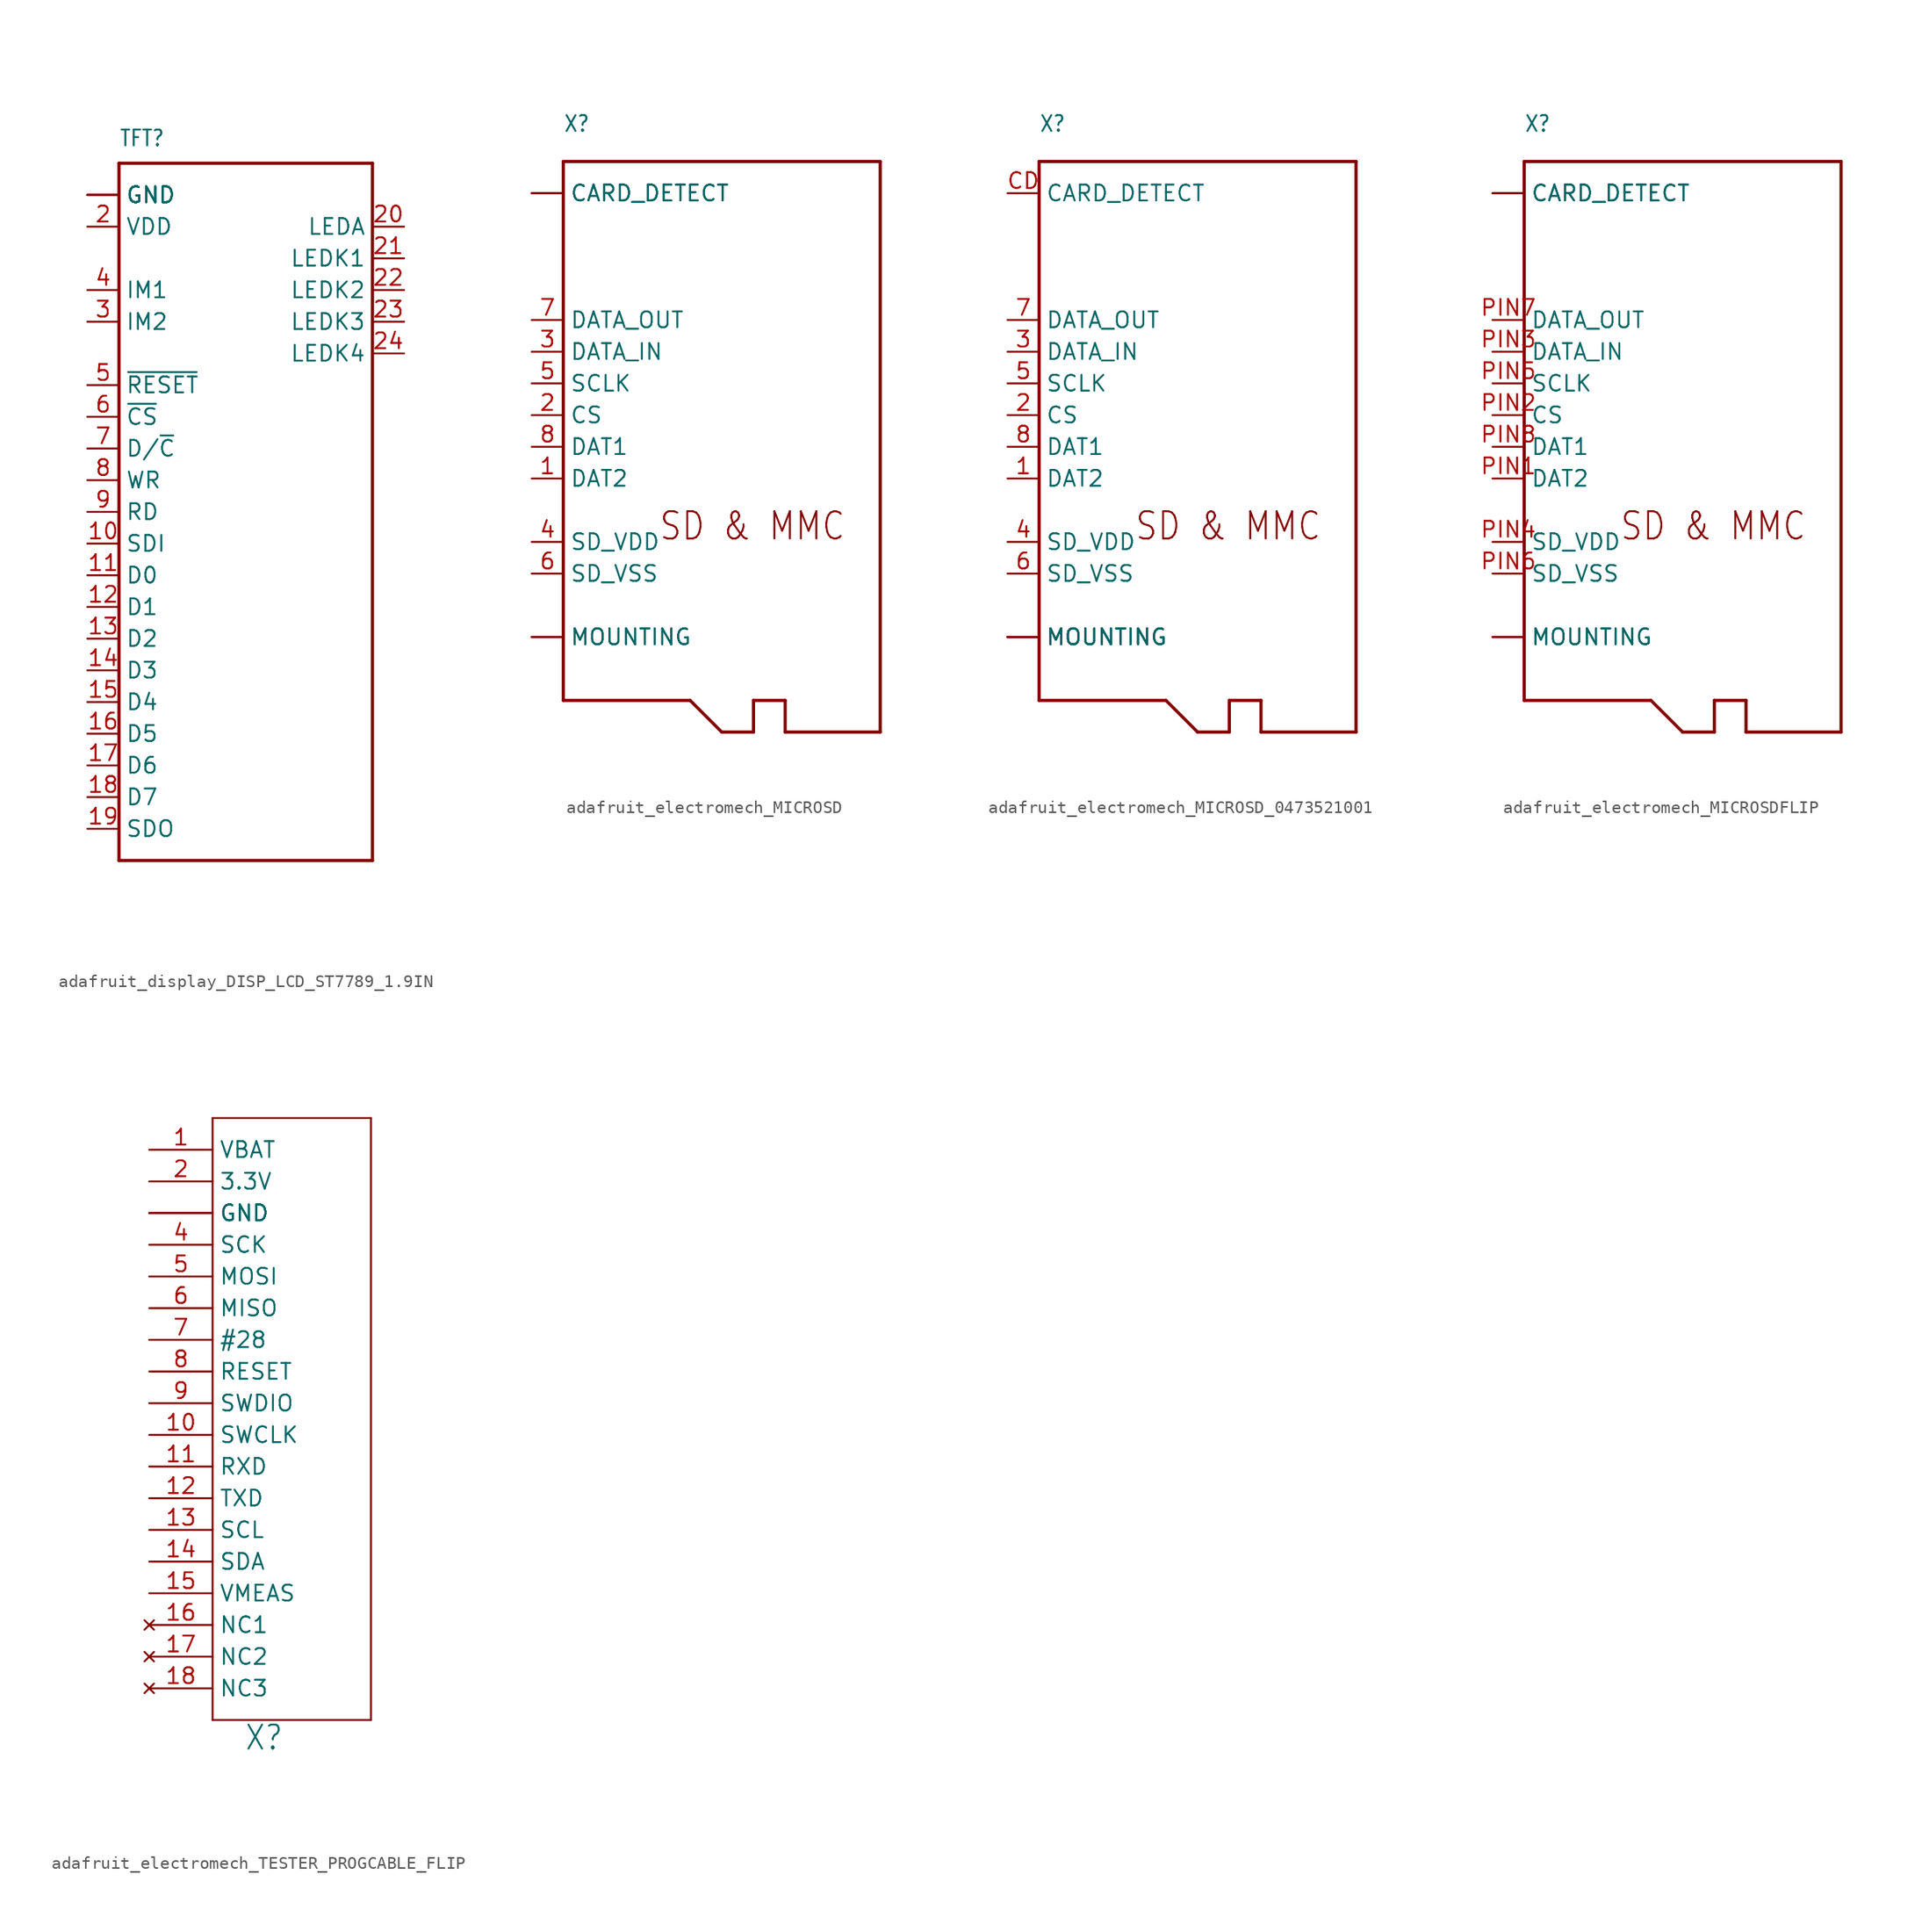
<source format=kicad_sym>
(kicad_symbol_lib
  (version 20231120)
  (generator "kicad_symbol_editor")
  (generator_version "8.0")
  (symbol "adafruit_display_DISP_LCD_ST7789_1.9IN"
    (property "Reference" "TFT"
      (at -7.62 31.75 0)
      (effects (font (size 1.27 1.079)) (justify left bottom)))
    (property "Value" ""
      (at -7.62 -27.94 0)
      (effects (font (size 1.27 1.079)) (justify left bottom)))
    (property "ki_locked" ""
      (at 0 0 0)
      (effects (font (size 1.27 1.27))))
    (symbol "adafruit_display_DISP_LCD_ST7789_1.9IN_1_0"
      (polyline (pts (xy -7.62 -25.4) (xy -7.62 30.48)) (stroke (width 0.254) (type solid)) (fill (type none)))
      (polyline (pts (xy -7.62 30.48) (xy 12.7 30.48)) (stroke (width 0.254) (type solid)) (fill (type none)))
      (polyline (pts (xy 12.7 -25.4) (xy -7.62 -25.4)) (stroke (width 0.254) (type solid)) (fill (type none)))
      (polyline (pts (xy 12.7 30.48) (xy 12.7 -25.4)) (stroke (width 0.254) (type solid)) (fill (type none)))
      (pin power_in line (at -10.16 27.94 0) (length 2.54) (name "GND" (effects (font (size 1.27 1.27)))) (number "1" (effects (font (size 0 0)))))
      (pin input line (at -10.16 0 0) (length 2.54) (name "SDI" (effects (font (size 1.27 1.27)))) (number "10" (effects (font (size 1.27 1.27)))))
      (pin bidirectional line (at -10.16 -2.54 0) (length 2.54) (name "D0" (effects (font (size 1.27 1.27)))) (number "11" (effects (font (size 1.27 1.27)))))
      (pin bidirectional line (at -10.16 -5.08 0) (length 2.54) (name "D1" (effects (font (size 1.27 1.27)))) (number "12" (effects (font (size 1.27 1.27)))))
      (pin bidirectional line (at -10.16 -7.62 0) (length 2.54) (name "D2" (effects (font (size 1.27 1.27)))) (number "13" (effects (font (size 1.27 1.27)))))
      (pin bidirectional line (at -10.16 -10.16 0) (length 2.54) (name "D3" (effects (font (size 1.27 1.27)))) (number "14" (effects (font (size 1.27 1.27)))))
      (pin bidirectional line (at -10.16 -12.7 0) (length 2.54) (name "D4" (effects (font (size 1.27 1.27)))) (number "15" (effects (font (size 1.27 1.27)))))
      (pin bidirectional line (at -10.16 -15.24 0) (length 2.54) (name "D5" (effects (font (size 1.27 1.27)))) (number "16" (effects (font (size 1.27 1.27)))))
      (pin bidirectional line (at -10.16 -17.78 0) (length 2.54) (name "D6" (effects (font (size 1.27 1.27)))) (number "17" (effects (font (size 1.27 1.27)))))
      (pin bidirectional line (at -10.16 -20.32 0) (length 2.54) (name "D7" (effects (font (size 1.27 1.27)))) (number "18" (effects (font (size 1.27 1.27)))))
      (pin output line (at -10.16 -22.86 0) (length 2.54) (name "SDO" (effects (font (size 1.27 1.27)))) (number "19" (effects (font (size 1.27 1.27)))))
      (pin power_in line (at -10.16 25.4 0) (length 2.54) (name "VDD" (effects (font (size 1.27 1.27)))) (number "2" (effects (font (size 1.27 1.27)))))
      (pin input line (at 15.24 25.4 180) (length 2.54) (name "LEDA" (effects (font (size 1.27 1.27)))) (number "20" (effects (font (size 1.27 1.27)))))
      (pin input line (at 15.24 22.86 180) (length 2.54) (name "LEDK1" (effects (font (size 1.27 1.27)))) (number "21" (effects (font (size 1.27 1.27)))))
      (pin input line (at 15.24 20.32 180) (length 2.54) (name "LEDK2" (effects (font (size 1.27 1.27)))) (number "22" (effects (font (size 1.27 1.27)))))
      (pin input line (at 15.24 17.78 180) (length 2.54) (name "LEDK3" (effects (font (size 1.27 1.27)))) (number "23" (effects (font (size 1.27 1.27)))))
      (pin input line (at 15.24 15.24 180) (length 2.54) (name "LEDK4" (effects (font (size 1.27 1.27)))) (number "24" (effects (font (size 1.27 1.27)))))
      (pin power_in line (at -10.16 27.94 0) (length 2.54) (name "GND" (effects (font (size 1.27 1.27)))) (number "25" (effects (font (size 0 0)))))
      (pin input line (at -10.16 17.78 0) (length 2.54) (name "IM2" (effects (font (size 1.27 1.27)))) (number "3" (effects (font (size 1.27 1.27)))))
      (pin power_in line (at -10.16 27.94 0) (length 2.54) (name "GND" (effects (font (size 1.27 1.27)))) (number "30" (effects (font (size 0 0)))))
      (pin input line (at -10.16 20.32 0) (length 2.54) (name "IM1" (effects (font (size 1.27 1.27)))) (number "4" (effects (font (size 1.27 1.27)))))
      (pin input line (at -10.16 12.7 0) (length 2.54) (name "~{RESET}" (effects (font (size 1.27 1.27)))) (number "5" (effects (font (size 1.27 1.27)))))
      (pin input line (at -10.16 10.16 0) (length 2.54) (name "~{CS}" (effects (font (size 1.27 1.27)))) (number "6" (effects (font (size 1.27 1.27)))))
      (pin input line (at -10.16 7.62 0) (length 2.54) (name "D/~{C}" (effects (font (size 1.27 1.27)))) (number "7" (effects (font (size 1.27 1.27)))))
      (pin input line (at -10.16 5.08 0) (length 2.54) (name "WR" (effects (font (size 1.27 1.27)))) (number "8" (effects (font (size 1.27 1.27)))))
      (pin input line (at -10.16 2.54 0) (length 2.54) (name "RD" (effects (font (size 1.27 1.27)))) (number "9" (effects (font (size 1.27 1.27)))))
      (pin power_in line (at -10.16 27.94 0) (length 2.54) (name "GND" (effects (font (size 1.27 1.27)))) (number "MNT1" (effects (font (size 0 0)))))
      (pin power_in line (at -10.16 27.94 0) (length 2.54) (name "GND" (effects (font (size 1.27 1.27)))) (number "MNT2" (effects (font (size 0 0)))))))
  (symbol "adafruit_electromech_MICROSD"
    (property "Reference" "X"
      (at -12.7 22.606 0)
      (effects (font (size 1.27 1.079)) (justify left bottom)))
    (property "Value" ""
      (at -12.7 20.828 0)
      (effects (font (size 1.27 1.079)) (justify left bottom)))
    (property "ki_locked" ""
      (at 0 0 0)
      (effects (font (size 1.27 1.27))))
    (symbol "adafruit_electromech_MICROSD_1_0"
      (polyline (pts (xy -12.7 -22.86) (xy -2.54 -22.86)) (stroke (width 0.254) (type solid)) (fill (type none)))
      (polyline (pts (xy -12.7 20.32) (xy -12.7 -22.86)) (stroke (width 0.254) (type solid)) (fill (type none)))
      (polyline (pts (xy -2.54 -22.86) (xy 0 -25.4)) (stroke (width 0.254) (type solid)) (fill (type none)))
      (polyline (pts (xy 0 -25.4) (xy 2.54 -25.4)) (stroke (width 0.254) (type solid)) (fill (type none)))
      (polyline (pts (xy 2.54 -25.4) (xy 2.54 -22.86)) (stroke (width 0.254) (type solid)) (fill (type none)))
      (polyline (pts (xy 2.54 -22.86) (xy 5.08 -22.86)) (stroke (width 0.254) (type solid)) (fill (type none)))
      (polyline (pts (xy 5.08 -25.4) (xy 12.7 -25.4)) (stroke (width 0.254) (type solid)) (fill (type none)))
      (polyline (pts (xy 5.08 -22.86) (xy 5.08 -25.4)) (stroke (width 0.254) (type solid)) (fill (type none)))
      (polyline (pts (xy 12.7 -25.4) (xy 12.7 20.32)) (stroke (width 0.254) (type solid)) (fill (type none)))
      (polyline (pts (xy 12.7 20.32) (xy -12.7 20.32)) (stroke (width 0.254) (type solid)) (fill (type none)))
      (text "SD & MMC" (at -5.08 -10.16 0) (effects (font (size 2.184 1.857)) (justify left bottom)))
      (pin bidirectional line (at -15.24 -5.08 0) (length 2.54) (name "DAT2" (effects (font (size 1.27 1.27)))) (number "1" (effects (font (size 1.27 1.27)))))
      (pin input line (at -15.24 0 0) (length 2.54) (name "CS" (effects (font (size 1.27 1.27)))) (number "2" (effects (font (size 1.27 1.27)))))
      (pin input line (at -15.24 5.08 0) (length 2.54) (name "DATA_IN" (effects (font (size 1.27 1.27)))) (number "3" (effects (font (size 1.27 1.27)))))
      (pin power_in line (at -15.24 -10.16 0) (length 2.54) (name "SD_VDD" (effects (font (size 1.27 1.27)))) (number "4" (effects (font (size 1.27 1.27)))))
      (pin input line (at -15.24 2.54 0) (length 2.54) (name "SCLK" (effects (font (size 1.27 1.27)))) (number "5" (effects (font (size 1.27 1.27)))))
      (pin power_in line (at -15.24 -12.7 0) (length 2.54) (name "SD_VSS" (effects (font (size 1.27 1.27)))) (number "6" (effects (font (size 1.27 1.27)))))
      (pin output line (at -15.24 7.62 0) (length 2.54) (name "DATA_OUT" (effects (font (size 1.27 1.27)))) (number "7" (effects (font (size 1.27 1.27)))))
      (pin bidirectional line (at -15.24 -2.54 0) (length 2.54) (name "DAT1" (effects (font (size 1.27 1.27)))) (number "8" (effects (font (size 1.27 1.27)))))
      (pin passive line (at -15.24 17.78 0) (length 2.54) (name "CARD_DETECT" (effects (font (size 1.27 1.27)))) (number "CD1" (effects (font (size 0 0)))))
      (pin passive line (at -15.24 17.78 0) (length 2.54) (name "CARD_DETECT" (effects (font (size 1.27 1.27)))) (number "CD2" (effects (font (size 0 0)))))
      (pin passive line (at -15.24 -17.78 0) (length 2.54) (name "MOUNTING" (effects (font (size 1.27 1.27)))) (number "MT1" (effects (font (size 0 0)))))
      (pin passive line (at -15.24 -17.78 0) (length 2.54) (name "MOUNTING" (effects (font (size 1.27 1.27)))) (number "MT2" (effects (font (size 0 0)))))))
  (symbol "adafruit_electromech_MICROSD_0473521001"
    (property "Reference" "X"
      (at -12.7 22.606 0)
      (effects (font (size 1.27 1.079)) (justify left bottom)))
    (property "Value" ""
      (at -12.7 20.828 0)
      (effects (font (size 1.27 1.079)) (justify left bottom)))
    (property "ki_locked" ""
      (at 0 0 0)
      (effects (font (size 1.27 1.27))))
    (symbol "adafruit_electromech_MICROSD_0473521001_1_0"
      (polyline (pts (xy -12.7 -22.86) (xy -2.54 -22.86)) (stroke (width 0.254) (type solid)) (fill (type none)))
      (polyline (pts (xy -12.7 20.32) (xy -12.7 -22.86)) (stroke (width 0.254) (type solid)) (fill (type none)))
      (polyline (pts (xy -2.54 -22.86) (xy 0 -25.4)) (stroke (width 0.254) (type solid)) (fill (type none)))
      (polyline (pts (xy 0 -25.4) (xy 2.54 -25.4)) (stroke (width 0.254) (type solid)) (fill (type none)))
      (polyline (pts (xy 2.54 -25.4) (xy 2.54 -22.86)) (stroke (width 0.254) (type solid)) (fill (type none)))
      (polyline (pts (xy 2.54 -22.86) (xy 5.08 -22.86)) (stroke (width 0.254) (type solid)) (fill (type none)))
      (polyline (pts (xy 5.08 -25.4) (xy 12.7 -25.4)) (stroke (width 0.254) (type solid)) (fill (type none)))
      (polyline (pts (xy 5.08 -22.86) (xy 5.08 -25.4)) (stroke (width 0.254) (type solid)) (fill (type none)))
      (polyline (pts (xy 12.7 -25.4) (xy 12.7 20.32)) (stroke (width 0.254) (type solid)) (fill (type none)))
      (polyline (pts (xy 12.7 20.32) (xy -12.7 20.32)) (stroke (width 0.254) (type solid)) (fill (type none)))
      (text "SD & MMC" (at -5.08 -10.16 0) (effects (font (size 2.184 1.857)) (justify left bottom)))
      (pin bidirectional line (at -15.24 -5.08 0) (length 2.54) (name "DAT2" (effects (font (size 1.27 1.27)))) (number "1" (effects (font (size 1.27 1.27)))))
      (pin input line (at -15.24 0 0) (length 2.54) (name "CS" (effects (font (size 1.27 1.27)))) (number "2" (effects (font (size 1.27 1.27)))))
      (pin input line (at -15.24 5.08 0) (length 2.54) (name "DATA_IN" (effects (font (size 1.27 1.27)))) (number "3" (effects (font (size 1.27 1.27)))))
      (pin power_in line (at -15.24 -10.16 0) (length 2.54) (name "SD_VDD" (effects (font (size 1.27 1.27)))) (number "4" (effects (font (size 1.27 1.27)))))
      (pin input line (at -15.24 2.54 0) (length 2.54) (name "SCLK" (effects (font (size 1.27 1.27)))) (number "5" (effects (font (size 1.27 1.27)))))
      (pin power_in line (at -15.24 -12.7 0) (length 2.54) (name "SD_VSS" (effects (font (size 1.27 1.27)))) (number "6" (effects (font (size 1.27 1.27)))))
      (pin output line (at -15.24 7.62 0) (length 2.54) (name "DATA_OUT" (effects (font (size 1.27 1.27)))) (number "7" (effects (font (size 1.27 1.27)))))
      (pin bidirectional line (at -15.24 -2.54 0) (length 2.54) (name "DAT1" (effects (font (size 1.27 1.27)))) (number "8" (effects (font (size 1.27 1.27)))))
      (pin passive line (at -15.24 17.78 0) (length 2.54) (name "CARD_DETECT" (effects (font (size 1.27 1.27)))) (number "CD" (effects (font (size 1.27 1.27)))))
      (pin passive line (at -15.24 -17.78 0) (length 2.54) (name "MOUNTING" (effects (font (size 1.27 1.27)))) (number "MT1" (effects (font (size 0 0)))))
      (pin passive line (at -15.24 -17.78 0) (length 2.54) (name "MOUNTING" (effects (font (size 1.27 1.27)))) (number "MT2" (effects (font (size 0 0)))))
      (pin passive line (at -15.24 -17.78 0) (length 2.54) (name "MOUNTING" (effects (font (size 1.27 1.27)))) (number "MT3" (effects (font (size 0 0)))))
      (pin passive line (at -15.24 -17.78 0) (length 2.54) (name "MOUNTING" (effects (font (size 1.27 1.27)))) (number "MT4" (effects (font (size 0 0)))))))
  (symbol "adafruit_electromech_MICROSDFLIP"
    (property "Reference" "X"
      (at -12.7 22.606 0)
      (effects (font (size 1.27 1.079)) (justify left bottom)))
    (property "Value" ""
      (at -12.7 20.828 0)
      (effects (font (size 1.27 1.079)) (justify left bottom)))
    (property "ki_locked" ""
      (at 0 0 0)
      (effects (font (size 1.27 1.27))))
    (symbol "adafruit_electromech_MICROSDFLIP_1_0"
      (polyline (pts (xy -12.7 -22.86) (xy -2.54 -22.86)) (stroke (width 0.254) (type solid)) (fill (type none)))
      (polyline (pts (xy -12.7 20.32) (xy -12.7 -22.86)) (stroke (width 0.254) (type solid)) (fill (type none)))
      (polyline (pts (xy -2.54 -22.86) (xy 0 -25.4)) (stroke (width 0.254) (type solid)) (fill (type none)))
      (polyline (pts (xy 0 -25.4) (xy 2.54 -25.4)) (stroke (width 0.254) (type solid)) (fill (type none)))
      (polyline (pts (xy 2.54 -25.4) (xy 2.54 -22.86)) (stroke (width 0.254) (type solid)) (fill (type none)))
      (polyline (pts (xy 2.54 -22.86) (xy 5.08 -22.86)) (stroke (width 0.254) (type solid)) (fill (type none)))
      (polyline (pts (xy 5.08 -25.4) (xy 12.7 -25.4)) (stroke (width 0.254) (type solid)) (fill (type none)))
      (polyline (pts (xy 5.08 -22.86) (xy 5.08 -25.4)) (stroke (width 0.254) (type solid)) (fill (type none)))
      (polyline (pts (xy 12.7 -25.4) (xy 12.7 20.32)) (stroke (width 0.254) (type solid)) (fill (type none)))
      (polyline (pts (xy 12.7 20.32) (xy -12.7 20.32)) (stroke (width 0.254) (type solid)) (fill (type none)))
      (text "SD & MMC" (at -5.08 -10.16 0) (effects (font (size 2.184 1.857)) (justify left bottom)))
      (pin passive line (at -15.24 17.78 0) (length 2.54) (name "CARD_DETECT" (effects (font (size 1.27 1.27)))) (number "P$10" (effects (font (size 0 0)))))
      (pin passive line (at -15.24 -17.78 0) (length 2.54) (name "MOUNTING" (effects (font (size 1.27 1.27)))) (number "P$11" (effects (font (size 0 0)))))
      (pin passive line (at -15.24 -17.78 0) (length 2.54) (name "MOUNTING" (effects (font (size 1.27 1.27)))) (number "P$12" (effects (font (size 0 0)))))
      (pin passive line (at -15.24 17.78 0) (length 2.54) (name "CARD_DETECT" (effects (font (size 1.27 1.27)))) (number "P$9" (effects (font (size 0 0)))))
      (pin bidirectional line (at -15.24 -5.08 0) (length 2.54) (name "DAT2" (effects (font (size 1.27 1.27)))) (number "PIN1" (effects (font (size 1.27 1.27)))))
      (pin input line (at -15.24 0 0) (length 2.54) (name "CS" (effects (font (size 1.27 1.27)))) (number "PIN2" (effects (font (size 1.27 1.27)))))
      (pin input line (at -15.24 5.08 0) (length 2.54) (name "DATA_IN" (effects (font (size 1.27 1.27)))) (number "PIN3" (effects (font (size 1.27 1.27)))))
      (pin power_in line (at -15.24 -10.16 0) (length 2.54) (name "SD_VDD" (effects (font (size 1.27 1.27)))) (number "PIN4" (effects (font (size 1.27 1.27)))))
      (pin input line (at -15.24 2.54 0) (length 2.54) (name "SCLK" (effects (font (size 1.27 1.27)))) (number "PIN5" (effects (font (size 1.27 1.27)))))
      (pin power_in line (at -15.24 -12.7 0) (length 2.54) (name "SD_VSS" (effects (font (size 1.27 1.27)))) (number "PIN6" (effects (font (size 1.27 1.27)))))
      (pin output line (at -15.24 7.62 0) (length 2.54) (name "DATA_OUT" (effects (font (size 1.27 1.27)))) (number "PIN7" (effects (font (size 1.27 1.27)))))
      (pin bidirectional line (at -15.24 -2.54 0) (length 2.54) (name "DAT1" (effects (font (size 1.27 1.27)))) (number "PIN8" (effects (font (size 1.27 1.27)))))))
  (symbol "adafruit_electromech_TESTER_PROGCABLE_FLIP"
    (property "Reference" "X"
      (at 2.54 -27.94 0)
      (effects (font (size 1.93 1.641)) (justify left bottom)))
    (property "Value" ""
      (at 2.54 -30.48 0)
      (effects (font (size 1.93 1.641)) (justify left bottom)))
    (property "ki_locked" ""
      (at 0 0 0)
      (effects (font (size 1.27 1.27))))
    (symbol "adafruit_electromech_TESTER_PROGCABLE_FLIP_1_0"
      (polyline (pts (xy 0 -25.4) (xy 0 22.86)) (stroke (width 0.152) (type solid)) (fill (type none)))
      (polyline (pts (xy 0 22.86) (xy 12.7 22.86)) (stroke (width 0.152) (type solid)) (fill (type none)))
      (polyline (pts (xy 12.7 -25.4) (xy 0 -25.4)) (stroke (width 0.152) (type solid)) (fill (type none)))
      (polyline (pts (xy 12.7 22.86) (xy 12.7 -25.4)) (stroke (width 0.152) (type solid)) (fill (type none)))
      (pin power_in line (at -5.08 20.32 0) (length 5.08) (name "VBAT" (effects (font (size 1.27 1.27)))) (number "1" (effects (font (size 1.27 1.27)))))
      (pin input line (at -5.08 -2.54 0) (length 5.08) (name "SWCLK" (effects (font (size 1.27 1.27)))) (number "10" (effects (font (size 1.27 1.27)))))
      (pin input line (at -5.08 -5.08 0) (length 5.08) (name "RXD" (effects (font (size 1.27 1.27)))) (number "11" (effects (font (size 1.27 1.27)))))
      (pin input line (at -5.08 -7.62 0) (length 5.08) (name "TXD" (effects (font (size 1.27 1.27)))) (number "12" (effects (font (size 1.27 1.27)))))
      (pin input line (at -5.08 -10.16 0) (length 5.08) (name "SCL" (effects (font (size 1.27 1.27)))) (number "13" (effects (font (size 1.27 1.27)))))
      (pin bidirectional line (at -5.08 -12.7 0) (length 5.08) (name "SDA" (effects (font (size 1.27 1.27)))) (number "14" (effects (font (size 1.27 1.27)))))
      (pin output line (at -5.08 -15.24 0) (length 5.08) (name "VMEAS" (effects (font (size 1.27 1.27)))) (number "15" (effects (font (size 1.27 1.27)))))
      (pin no_connect line (at -5.08 -17.78 0) (length 5.08) (name "NC1" (effects (font (size 1.27 1.27)))) (number "16" (effects (font (size 1.27 1.27)))))
      (pin no_connect line (at -5.08 -20.32 0) (length 5.08) (name "NC2" (effects (font (size 1.27 1.27)))) (number "17" (effects (font (size 1.27 1.27)))))
      (pin no_connect line (at -5.08 -22.86 0) (length 5.08) (name "NC3" (effects (font (size 1.27 1.27)))) (number "18" (effects (font (size 1.27 1.27)))))
      (pin power_in line (at -5.08 17.78 0) (length 5.08) (name "3.3V" (effects (font (size 1.27 1.27)))) (number "2" (effects (font (size 1.27 1.27)))))
      (pin power_in line (at -5.08 15.24 0) (length 5.08) (name "GND" (effects (font (size 1.27 1.27)))) (number "3" (effects (font (size 0 0)))))
      (pin input line (at -5.08 12.7 0) (length 5.08) (name "SCK" (effects (font (size 1.27 1.27)))) (number "4" (effects (font (size 1.27 1.27)))))
      (pin input line (at -5.08 10.16 0) (length 5.08) (name "MOSI" (effects (font (size 1.27 1.27)))) (number "5" (effects (font (size 1.27 1.27)))))
      (pin output line (at -5.08 7.62 0) (length 5.08) (name "MISO" (effects (font (size 1.27 1.27)))) (number "6" (effects (font (size 1.27 1.27)))))
      (pin input line (at -5.08 5.08 0) (length 5.08) (name "#28" (effects (font (size 1.27 1.27)))) (number "7" (effects (font (size 1.27 1.27)))))
      (pin input line (at -5.08 2.54 0) (length 5.08) (name "RESET" (effects (font (size 1.27 1.27)))) (number "8" (effects (font (size 1.27 1.27)))))
      (pin input line (at -5.08 0 0) (length 5.08) (name "SWDIO" (effects (font (size 1.27 1.27)))) (number "9" (effects (font (size 1.27 1.27)))))
      (pin power_in line (at -5.08 15.24 0) (length 5.08) (name "GND" (effects (font (size 1.27 1.27)))) (number "SUPPORT1" (effects (font (size 0 0)))))
      (pin power_in line (at -5.08 15.24 0) (length 5.08) (name "GND" (effects (font (size 1.27 1.27)))) (number "SUPPORT2" (effects (font (size 0 0))))))))
</source>
